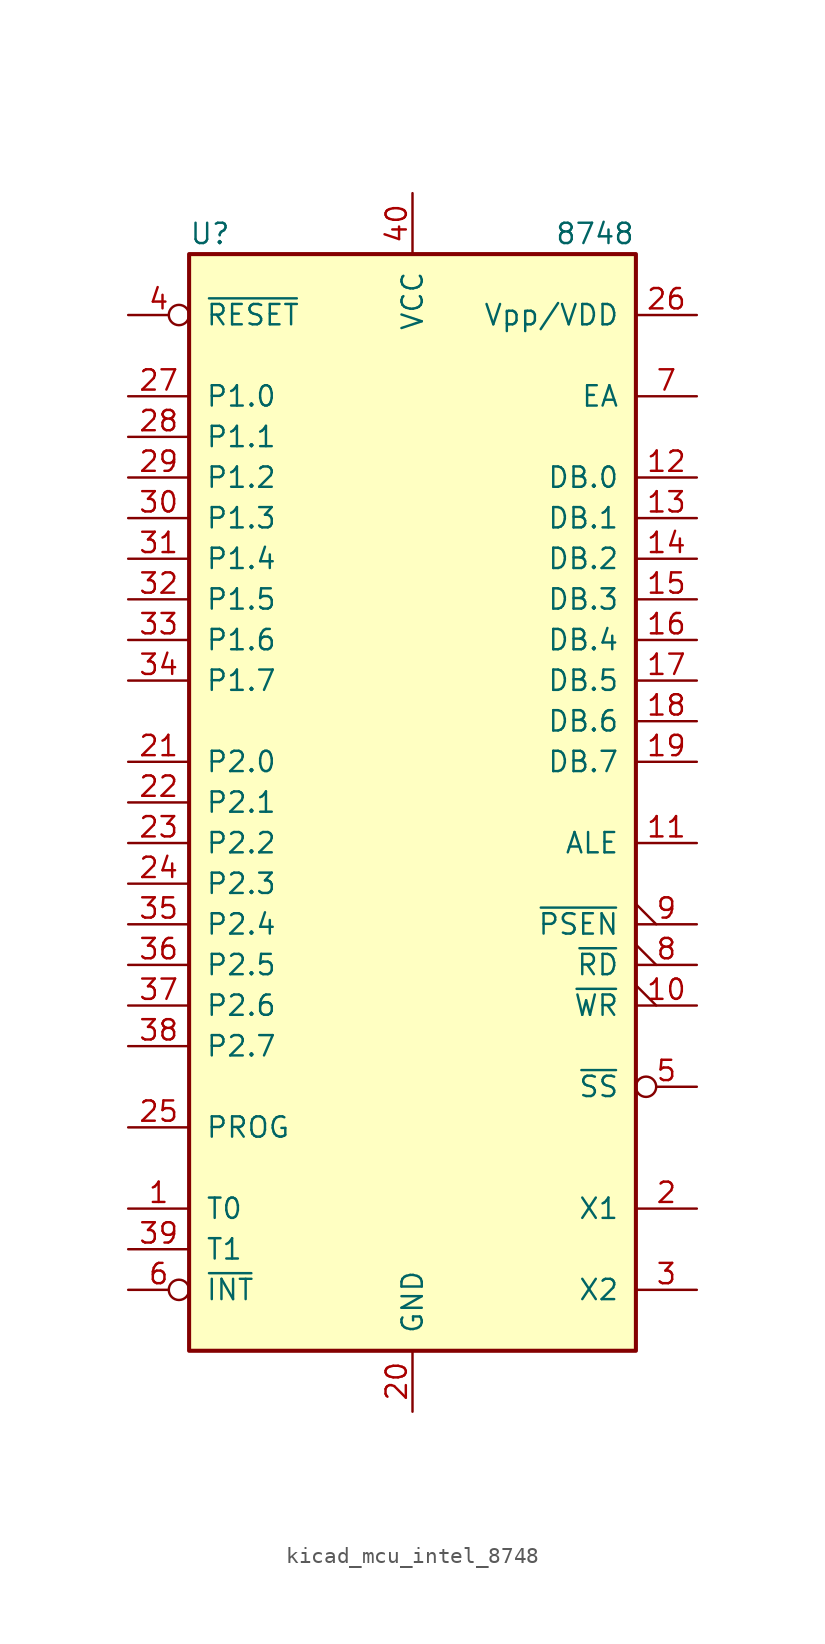
<source format=kicad_sym>
(kicad_symbol_lib
  (version 20220914)
  (generator kicad_symbol_editor)
  (symbol "kicad_mcu_intel_8748"
    (pin_names
      (offset 1.016))
    (property "Reference" "U"
      (at -13.97 35.56 0)
      (effects (font (size 1.27 1.27)) (justify left)))
    (property "Value" "8748"
      (at 8.89 35.56 0)
      (effects (font (size 1.27 1.27)) (justify left)))
    (symbol "kicad_mcu_intel_8748_1_1"
      (rectangle (start -13.97 -34.29) (end 13.97 34.29) (stroke (width 0.254) (type default)) (fill (type background)))
      (pin input line (at -17.78 -25.4 0) (length 3.81) (name "T0" (effects (font (size 1.27 1.27)))) (number "1" (effects (font (size 1.27 1.27)))))
      (pin output output_low (at 17.78 -12.7 180) (length 3.81) (name "~{WR}" (effects (font (size 1.27 1.27)))) (number "10" (effects (font (size 1.27 1.27)))))
      (pin output line (at 17.78 -2.54 180) (length 3.81) (name "ALE" (effects (font (size 1.27 1.27)))) (number "11" (effects (font (size 1.27 1.27)))))
      (pin bidirectional line (at 17.78 20.32 180) (length 3.81) (name "DB.0" (effects (font (size 1.27 1.27)))) (number "12" (effects (font (size 1.27 1.27)))))
      (pin bidirectional line (at 17.78 17.78 180) (length 3.81) (name "DB.1" (effects (font (size 1.27 1.27)))) (number "13" (effects (font (size 1.27 1.27)))))
      (pin bidirectional line (at 17.78 15.24 180) (length 3.81) (name "DB.2" (effects (font (size 1.27 1.27)))) (number "14" (effects (font (size 1.27 1.27)))))
      (pin bidirectional line (at 17.78 12.7 180) (length 3.81) (name "DB.3" (effects (font (size 1.27 1.27)))) (number "15" (effects (font (size 1.27 1.27)))))
      (pin bidirectional line (at 17.78 10.16 180) (length 3.81) (name "DB.4" (effects (font (size 1.27 1.27)))) (number "16" (effects (font (size 1.27 1.27)))))
      (pin bidirectional line (at 17.78 7.62 180) (length 3.81) (name "DB.5" (effects (font (size 1.27 1.27)))) (number "17" (effects (font (size 1.27 1.27)))))
      (pin bidirectional line (at 17.78 5.08 180) (length 3.81) (name "DB.6" (effects (font (size 1.27 1.27)))) (number "18" (effects (font (size 1.27 1.27)))))
      (pin bidirectional line (at 17.78 2.54 180) (length 3.81) (name "DB.7" (effects (font (size 1.27 1.27)))) (number "19" (effects (font (size 1.27 1.27)))))
      (pin input line (at 17.78 -25.4 180) (length 3.81) (name "X1" (effects (font (size 1.27 1.27)))) (number "2" (effects (font (size 1.27 1.27)))))
      (pin power_in line (at 0 -38.1 90) (length 3.81) (name "GND" (effects (font (size 1.27 1.27)))) (number "20" (effects (font (size 1.27 1.27)))))
      (pin bidirectional line (at -17.78 2.54 0) (length 3.81) (name "P2.0" (effects (font (size 1.27 1.27)))) (number "21" (effects (font (size 1.27 1.27)))))
      (pin bidirectional line (at -17.78 0 0) (length 3.81) (name "P2.1" (effects (font (size 1.27 1.27)))) (number "22" (effects (font (size 1.27 1.27)))))
      (pin bidirectional line (at -17.78 -2.54 0) (length 3.81) (name "P2.2" (effects (font (size 1.27 1.27)))) (number "23" (effects (font (size 1.27 1.27)))))
      (pin bidirectional line (at -17.78 -5.08 0) (length 3.81) (name "P2.3" (effects (font (size 1.27 1.27)))) (number "24" (effects (font (size 1.27 1.27)))))
      (pin output line (at -17.78 -20.32 0) (length 3.81) (name "PROG" (effects (font (size 1.27 1.27)))) (number "25" (effects (font (size 1.27 1.27)))))
      (pin power_in line (at 17.78 30.48 180) (length 3.81) (name "Vpp/VDD" (effects (font (size 1.27 1.27)))) (number "26" (effects (font (size 1.27 1.27)))))
      (pin bidirectional line (at -17.78 25.4 0) (length 3.81) (name "P1.0" (effects (font (size 1.27 1.27)))) (number "27" (effects (font (size 1.27 1.27)))))
      (pin bidirectional line (at -17.78 22.86 0) (length 3.81) (name "P1.1" (effects (font (size 1.27 1.27)))) (number "28" (effects (font (size 1.27 1.27)))))
      (pin bidirectional line (at -17.78 20.32 0) (length 3.81) (name "P1.2" (effects (font (size 1.27 1.27)))) (number "29" (effects (font (size 1.27 1.27)))))
      (pin output line (at 17.78 -30.48 180) (length 3.81) (name "X2" (effects (font (size 1.27 1.27)))) (number "3" (effects (font (size 1.27 1.27)))))
      (pin bidirectional line (at -17.78 17.78 0) (length 3.81) (name "P1.3" (effects (font (size 1.27 1.27)))) (number "30" (effects (font (size 1.27 1.27)))))
      (pin bidirectional line (at -17.78 15.24 0) (length 3.81) (name "P1.4" (effects (font (size 1.27 1.27)))) (number "31" (effects (font (size 1.27 1.27)))))
      (pin bidirectional line (at -17.78 12.7 0) (length 3.81) (name "P1.5" (effects (font (size 1.27 1.27)))) (number "32" (effects (font (size 1.27 1.27)))))
      (pin bidirectional line (at -17.78 10.16 0) (length 3.81) (name "P1.6" (effects (font (size 1.27 1.27)))) (number "33" (effects (font (size 1.27 1.27)))))
      (pin bidirectional line (at -17.78 7.62 0) (length 3.81) (name "P1.7" (effects (font (size 1.27 1.27)))) (number "34" (effects (font (size 1.27 1.27)))))
      (pin bidirectional line (at -17.78 -7.62 0) (length 3.81) (name "P2.4" (effects (font (size 1.27 1.27)))) (number "35" (effects (font (size 1.27 1.27)))))
      (pin bidirectional line (at -17.78 -10.16 0) (length 3.81) (name "P2.5" (effects (font (size 1.27 1.27)))) (number "36" (effects (font (size 1.27 1.27)))))
      (pin bidirectional line (at -17.78 -12.7 0) (length 3.81) (name "P2.6" (effects (font (size 1.27 1.27)))) (number "37" (effects (font (size 1.27 1.27)))))
      (pin bidirectional line (at -17.78 -15.24 0) (length 3.81) (name "P2.7" (effects (font (size 1.27 1.27)))) (number "38" (effects (font (size 1.27 1.27)))))
      (pin input line (at -17.78 -27.94 0) (length 3.81) (name "T1" (effects (font (size 1.27 1.27)))) (number "39" (effects (font (size 1.27 1.27)))))
      (pin input inverted (at -17.78 30.48 0) (length 3.81) (name "~{RESET}" (effects (font (size 1.27 1.27)))) (number "4" (effects (font (size 1.27 1.27)))))
      (pin power_in line (at 0 38.1 270) (length 3.81) (name "VCC" (effects (font (size 1.27 1.27)))) (number "40" (effects (font (size 1.27 1.27)))))
      (pin input inverted (at 17.78 -17.78 180) (length 3.81) (name "~{SS}" (effects (font (size 1.27 1.27)))) (number "5" (effects (font (size 1.27 1.27)))))
      (pin input inverted (at -17.78 -30.48 0) (length 3.81) (name "~{INT}" (effects (font (size 1.27 1.27)))) (number "6" (effects (font (size 1.27 1.27)))))
      (pin input line (at 17.78 25.4 180) (length 3.81) (name "EA" (effects (font (size 1.27 1.27)))) (number "7" (effects (font (size 1.27 1.27)))))
      (pin output output_low (at 17.78 -10.16 180) (length 3.81) (name "~{RD}" (effects (font (size 1.27 1.27)))) (number "8" (effects (font (size 1.27 1.27)))))
      (pin output output_low (at 17.78 -7.62 180) (length 3.81) (name "~{PSEN}" (effects (font (size 1.27 1.27)))) (number "9" (effects (font (size 1.27 1.27))))))))
</source>
